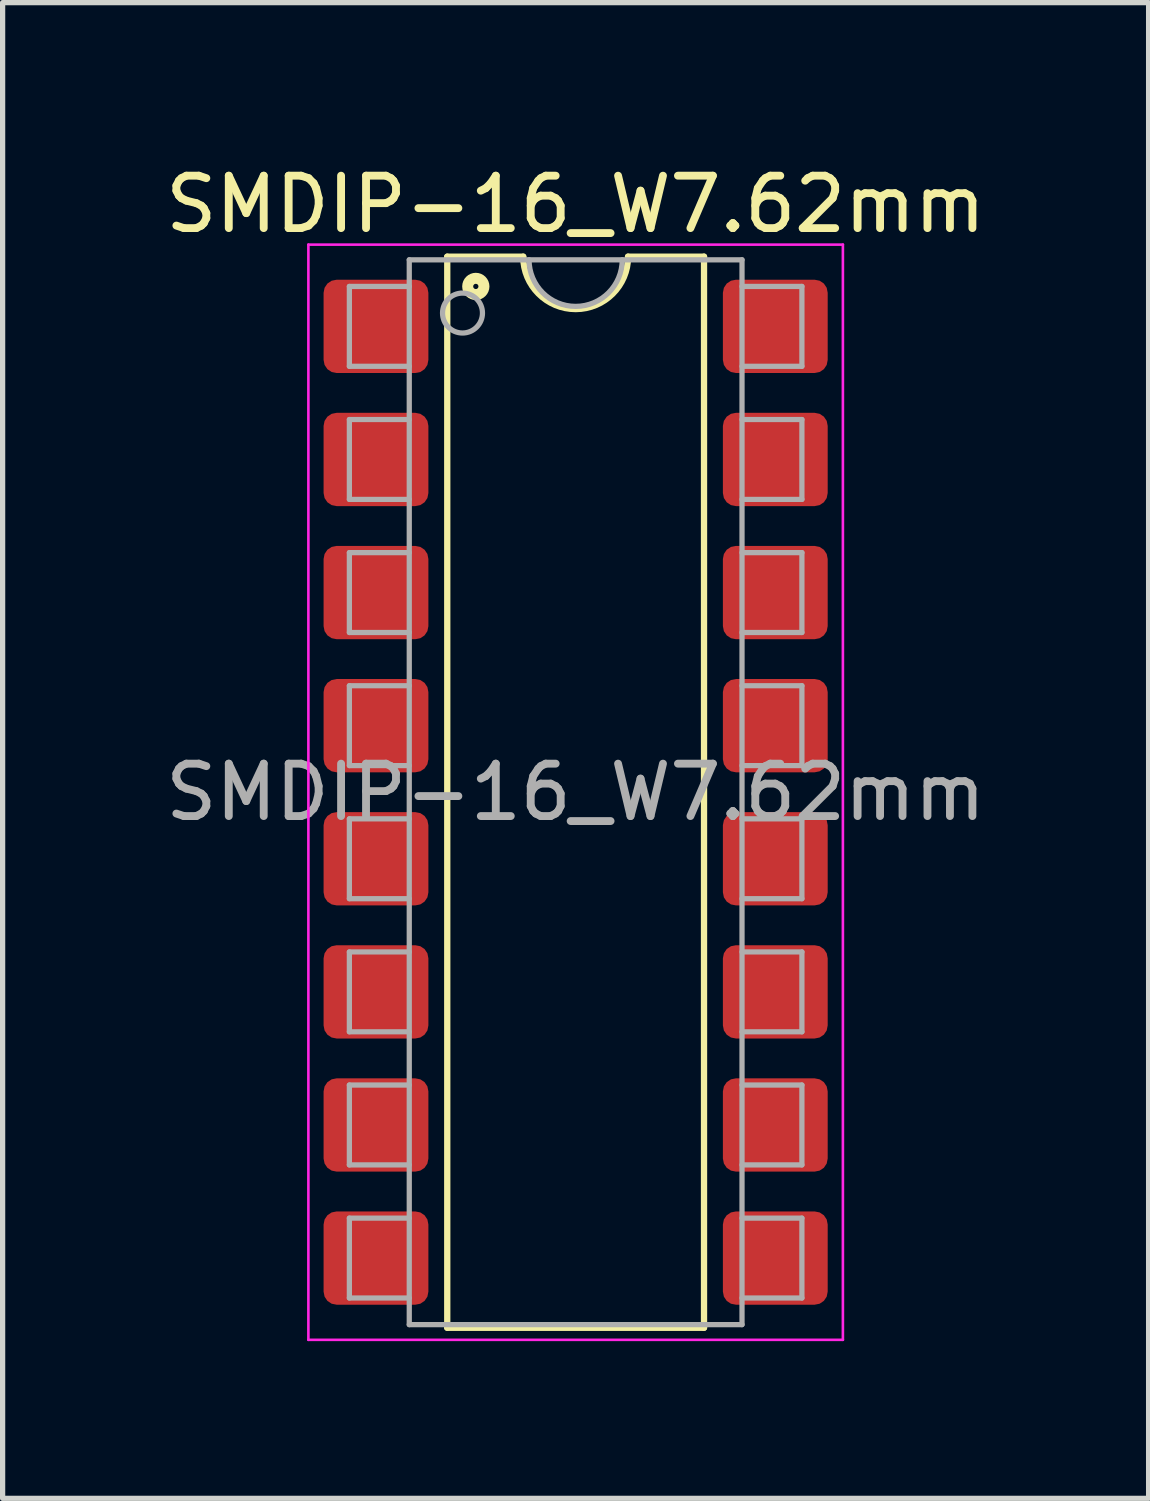
<source format=kicad_pcb>
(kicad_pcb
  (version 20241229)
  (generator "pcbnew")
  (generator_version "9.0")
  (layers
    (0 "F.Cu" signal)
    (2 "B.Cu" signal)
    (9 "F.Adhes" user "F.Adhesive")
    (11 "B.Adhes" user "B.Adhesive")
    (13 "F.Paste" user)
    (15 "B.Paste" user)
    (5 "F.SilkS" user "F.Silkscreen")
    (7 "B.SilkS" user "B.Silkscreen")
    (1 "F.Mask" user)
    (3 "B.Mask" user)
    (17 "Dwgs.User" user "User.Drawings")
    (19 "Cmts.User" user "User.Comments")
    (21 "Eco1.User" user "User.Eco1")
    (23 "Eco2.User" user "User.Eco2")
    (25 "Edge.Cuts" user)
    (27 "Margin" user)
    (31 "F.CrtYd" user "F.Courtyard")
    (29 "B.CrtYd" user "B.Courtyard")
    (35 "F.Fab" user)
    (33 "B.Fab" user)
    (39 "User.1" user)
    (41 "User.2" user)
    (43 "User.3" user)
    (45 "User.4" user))
  (footprint "SMDIP-16_W7.62mm"
    (layer "F.Cu")
    (at 7.935 12.068)
    (property "Reference" "SMDIP-16_W7.62mm" (at 0 -11.22 0) (layer "F.SilkS") (effects (font (size 1 1) (thickness 0.15))))
    (attr smd)
    (fp_line (start -2.45 -10.22) (end -2.45 10.22) (stroke (width 0.12) (type solid)) (layer "F.SilkS"))
    (fp_line (start -2.45 10.22) (end 2.45 10.22) (stroke (width 0.12) (type solid)) (layer "F.SilkS"))
    (fp_line (start -1 -10.22) (end -2.45 -10.22) (stroke (width 0.12) (type solid)) (layer "F.SilkS"))
    (fp_line (start 2.45 -10.22) (end 1 -10.22) (stroke (width 0.12) (type solid)) (layer "F.SilkS"))
    (fp_line (start 2.45 10.22) (end 2.45 -10.22) (stroke (width 0.12) (type solid)) (layer "F.SilkS"))
    (fp_arc (start 1 -10.22) (mid 0 -9.22) (end -1 -10.22) (stroke (width 0.12) (type solid)) (layer "F.SilkS"))
    (fp_circle (center -1.905 -9.652) (end -1.855 -9.652) (stroke (width 0.12) (type solid)) (fill no) (layer "F.SilkS"))
    (fp_circle (center -1.905 -9.652) (end -1.78 -9.652) (stroke (width 0.12) (type solid)) (fill no) (layer "F.SilkS"))
    (fp_circle (center -1.905 -9.652) (end -1.705 -9.652) (stroke (width 0.12) (type solid)) (fill no) (layer "F.SilkS"))
    (fp_line (start -5.1 -10.45) (end -5.1 10.45) (stroke (width 0.05) (type solid)) (layer "F.CrtYd"))
    (fp_line (start -5.1 10.45) (end 5.1 10.45) (stroke (width 0.05) (type solid)) (layer "F.CrtYd"))
    (fp_line (start 5.1 -10.45) (end -5.1 -10.45) (stroke (width 0.05) (type solid)) (layer "F.CrtYd"))
    (fp_line (start 5.1 10.45) (end 5.1 -10.45) (stroke (width 0.05) (type solid)) (layer "F.CrtYd"))
    (fp_line (start -4.318 -9.652) (end -4.318 -8.128) (stroke (width 0.1) (type solid)) (layer "F.Fab"))
    (fp_line (start -4.318 -9.652) (end -3.175 -9.652) (stroke (width 0.1) (type solid)) (layer "F.Fab"))
    (fp_line (start -4.318 -8.128) (end -3.175 -8.128) (stroke (width 0.1) (type solid)) (layer "F.Fab"))
    (fp_line (start -4.318 -7.112) (end -4.318 -5.588) (stroke (width 0.1) (type solid)) (layer "F.Fab"))
    (fp_line (start -4.318 -7.112) (end -3.175 -7.112) (stroke (width 0.1) (type solid)) (layer "F.Fab"))
    (fp_line (start -4.318 -5.588) (end -3.175 -5.588) (stroke (width 0.1) (type solid)) (layer "F.Fab"))
    (fp_line (start -4.318 -4.572) (end -4.318 -3.048) (stroke (width 0.1) (type solid)) (layer "F.Fab"))
    (fp_line (start -4.318 -4.572) (end -3.175 -4.572) (stroke (width 0.1) (type solid)) (layer "F.Fab"))
    (fp_line (start -4.318 -3.048) (end -3.175 -3.048) (stroke (width 0.1) (type solid)) (layer "F.Fab"))
    (fp_line (start -4.318 -2.032) (end -4.318 -0.508) (stroke (width 0.1) (type solid)) (layer "F.Fab"))
    (fp_line (start -4.318 -2.032) (end -3.175 -2.032) (stroke (width 0.1) (type solid)) (layer "F.Fab"))
    (fp_line (start -4.318 -0.508) (end -3.175 -0.508) (stroke (width 0.1) (type solid)) (layer "F.Fab"))
    (fp_line (start -4.318 0.508) (end -4.318 2.032) (stroke (width 0.1) (type solid)) (layer "F.Fab"))
    (fp_line (start -4.318 0.508) (end -3.175 0.508) (stroke (width 0.1) (type solid)) (layer "F.Fab"))
    (fp_line (start -4.318 2.032) (end -3.175 2.032) (stroke (width 0.1) (type solid)) (layer "F.Fab"))
    (fp_line (start -4.318 3.048) (end -4.318 4.572) (stroke (width 0.1) (type solid)) (layer "F.Fab"))
    (fp_line (start -4.318 3.048) (end -3.175 3.048) (stroke (width 0.1) (type solid)) (layer "F.Fab"))
    (fp_line (start -4.318 4.572) (end -3.175 4.572) (stroke (width 0.1) (type solid)) (layer "F.Fab"))
    (fp_line (start -4.318 5.588) (end -4.318 7.112) (stroke (width 0.1) (type solid)) (layer "F.Fab"))
    (fp_line (start -4.318 5.588) (end -3.175 5.588) (stroke (width 0.1) (type solid)) (layer "F.Fab"))
    (fp_line (start -4.318 7.112) (end -3.175 7.112) (stroke (width 0.1) (type solid)) (layer "F.Fab"))
    (fp_line (start -4.318 8.128) (end -4.318 9.652) (stroke (width 0.1) (type solid)) (layer "F.Fab"))
    (fp_line (start -4.318 8.128) (end -3.175 8.128) (stroke (width 0.1) (type solid)) (layer "F.Fab"))
    (fp_line (start -4.318 9.652) (end -3.175 9.652) (stroke (width 0.1) (type solid)) (layer "F.Fab"))
    (fp_line (start -3.175 -10.16) (end 3.175 -10.16) (stroke (width 0.1) (type solid)) (layer "F.Fab"))
    (fp_line (start -3.175 10.16) (end -3.175 -10.16) (stroke (width 0.1) (type solid)) (layer "F.Fab"))
    (fp_line (start 3.175 -10.16) (end 3.175 10.16) (stroke (width 0.1) (type solid)) (layer "F.Fab"))
    (fp_line (start 3.175 10.16) (end -3.175 10.16) (stroke (width 0.1) (type solid)) (layer "F.Fab"))
    (fp_line (start 4.318 -9.652) (end 3.175 -9.652) (stroke (width 0.1) (type solid)) (layer "F.Fab"))
    (fp_line (start 4.318 -8.128) (end 3.175 -8.128) (stroke (width 0.1) (type solid)) (layer "F.Fab"))
    (fp_line (start 4.318 -8.128) (end 4.318 -9.652) (stroke (width 0.1) (type solid)) (layer "F.Fab"))
    (fp_line (start 4.318 -7.112) (end 3.175 -7.112) (stroke (width 0.1) (type solid)) (layer "F.Fab"))
    (fp_line (start 4.318 -5.588) (end 3.175 -5.588) (stroke (width 0.1) (type solid)) (layer "F.Fab"))
    (fp_line (start 4.318 -5.588) (end 4.318 -7.112) (stroke (width 0.1) (type solid)) (layer "F.Fab"))
    (fp_line (start 4.318 -4.572) (end 3.175 -4.572) (stroke (width 0.1) (type solid)) (layer "F.Fab"))
    (fp_line (start 4.318 -3.048) (end 3.175 -3.048) (stroke (width 0.1) (type solid)) (layer "F.Fab"))
    (fp_line (start 4.318 -3.048) (end 4.318 -4.572) (stroke (width 0.1) (type solid)) (layer "F.Fab"))
    (fp_line (start 4.318 -2.032) (end 3.175 -2.032) (stroke (width 0.1) (type solid)) (layer "F.Fab"))
    (fp_line (start 4.318 -0.508) (end 3.175 -0.508) (stroke (width 0.1) (type solid)) (layer "F.Fab"))
    (fp_line (start 4.318 -0.508) (end 4.318 -2.032) (stroke (width 0.1) (type solid)) (layer "F.Fab"))
    (fp_line (start 4.318 0.508) (end 3.175 0.508) (stroke (width 0.1) (type solid)) (layer "F.Fab"))
    (fp_line (start 4.318 2.032) (end 3.175 2.032) (stroke (width 0.1) (type solid)) (layer "F.Fab"))
    (fp_line (start 4.318 2.032) (end 4.318 0.508) (stroke (width 0.1) (type solid)) (layer "F.Fab"))
    (fp_line (start 4.318 3.048) (end 3.175 3.048) (stroke (width 0.1) (type solid)) (layer "F.Fab"))
    (fp_line (start 4.318 4.572) (end 3.175 4.572) (stroke (width 0.1) (type solid)) (layer "F.Fab"))
    (fp_line (start 4.318 4.572) (end 4.318 3.048) (stroke (width 0.1) (type solid)) (layer "F.Fab"))
    (fp_line (start 4.318 5.588) (end 3.175 5.588) (stroke (width 0.1) (type solid)) (layer "F.Fab"))
    (fp_line (start 4.318 7.112) (end 3.175 7.112) (stroke (width 0.1) (type solid)) (layer "F.Fab"))
    (fp_line (start 4.318 7.112) (end 4.318 5.588) (stroke (width 0.1) (type solid)) (layer "F.Fab"))
    (fp_line (start 4.318 8.128) (end 3.175 8.128) (stroke (width 0.1) (type solid)) (layer "F.Fab"))
    (fp_line (start 4.318 9.652) (end 3.175 9.652) (stroke (width 0.1) (type solid)) (layer "F.Fab"))
    (fp_line (start 4.318 9.652) (end 4.318 8.128) (stroke (width 0.1) (type solid)) (layer "F.Fab"))
    (fp_arc (start 0.889 -10.16) (mid 0 -9.271) (end -0.889 -10.16) (stroke (width 0.1) (type solid)) (layer "F.Fab"))
    (fp_circle (center -2.159 -9.144) (end -1.778 -9.144) (stroke (width 0.1) (type solid)) (fill no) (layer "F.Fab"))
    (fp_text user "${REFERENCE}" (at 0 0 0) (layer "F.Fab") (effects (font (size 1 1) (thickness 0.15))))
    (pad "1" smd roundrect (at -3.81 -8.89) (size 2 1.78) (layers "F.Cu" "F.Mask" "F.Paste") (roundrect_rratio 0.14))
    (pad "2" smd roundrect (at -3.81 -6.35) (size 2 1.78) (layers "F.Cu" "F.Mask" "F.Paste") (roundrect_rratio 0.14))
    (pad "3" smd roundrect (at -3.81 -3.81) (size 2 1.78) (layers "F.Cu" "F.Mask" "F.Paste") (roundrect_rratio 0.14))
    (pad "4" smd roundrect (at -3.81 -1.27) (size 2 1.78) (layers "F.Cu" "F.Mask" "F.Paste") (roundrect_rratio 0.14))
    (pad "5" smd roundrect (at -3.81 1.27) (size 2 1.78) (layers "F.Cu" "F.Mask" "F.Paste") (roundrect_rratio 0.14))
    (pad "6" smd roundrect (at -3.81 3.81) (size 2 1.78) (layers "F.Cu" "F.Mask" "F.Paste") (roundrect_rratio 0.14))
    (pad "7" smd roundrect (at -3.81 6.35) (size 2 1.78) (layers "F.Cu" "F.Mask" "F.Paste") (roundrect_rratio 0.14))
    (pad "8" smd roundrect (at -3.81 8.89) (size 2 1.78) (layers "F.Cu" "F.Mask" "F.Paste") (roundrect_rratio 0.14))
    (pad "9" smd roundrect (at 3.81 8.89) (size 2 1.78) (layers "F.Cu" "F.Mask" "F.Paste") (roundrect_rratio 0.14))
    (pad "10" smd roundrect (at 3.81 6.35) (size 2 1.78) (layers "F.Cu" "F.Mask" "F.Paste") (roundrect_rratio 0.14))
    (pad "11" smd roundrect (at 3.81 3.81) (size 2 1.78) (layers "F.Cu" "F.Mask" "F.Paste") (roundrect_rratio 0.14))
    (pad "12" smd roundrect (at 3.81 1.27) (size 2 1.78) (layers "F.Cu" "F.Mask" "F.Paste") (roundrect_rratio 0.14))
    (pad "13" smd roundrect (at 3.81 -1.27) (size 2 1.78) (layers "F.Cu" "F.Mask" "F.Paste") (roundrect_rratio 0.14))
    (pad "14" smd roundrect (at 3.81 -3.81) (size 2 1.78) (layers "F.Cu" "F.Mask" "F.Paste") (roundrect_rratio 0.14))
    (pad "15" smd roundrect (at 3.81 -6.35) (size 2 1.78) (layers "F.Cu" "F.Mask" "F.Paste") (roundrect_rratio 0.14))
    (pad "16" smd roundrect (at 3.81 -8.89) (size 2 1.78) (layers "F.Cu" "F.Mask" "F.Paste") (roundrect_rratio 0.14)))
  (gr_rect
    (start -3 -3)
    (end 18.869 25.543)
    (stroke (width 0.1) (type default))
    (fill no)
    (layer "Edge.Cuts")))
</source>
